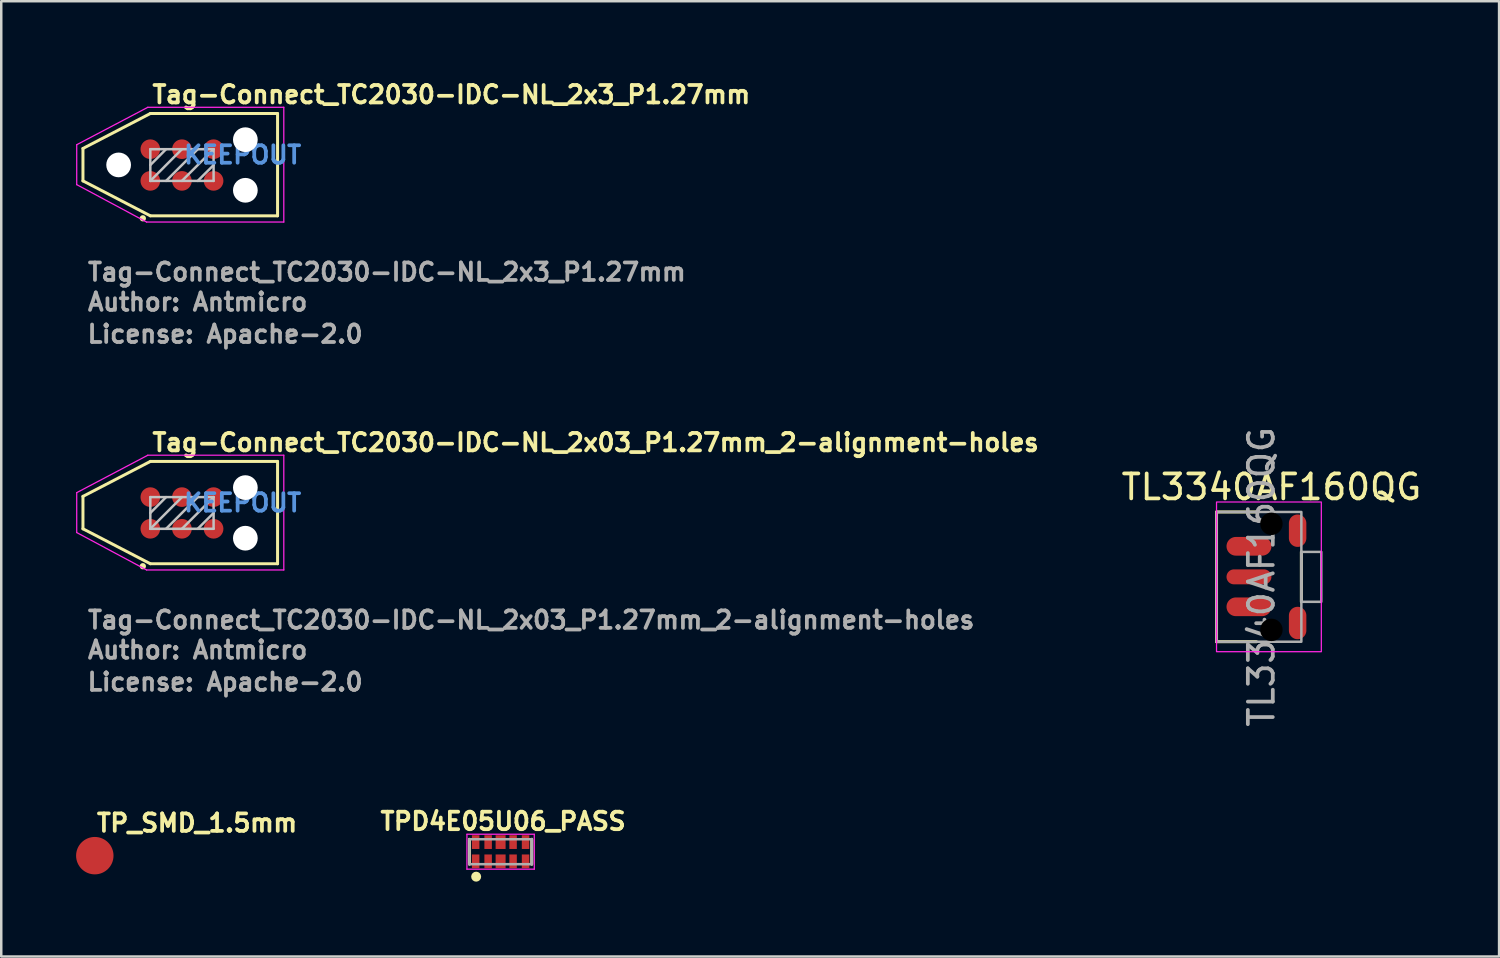
<source format=kicad_pcb>
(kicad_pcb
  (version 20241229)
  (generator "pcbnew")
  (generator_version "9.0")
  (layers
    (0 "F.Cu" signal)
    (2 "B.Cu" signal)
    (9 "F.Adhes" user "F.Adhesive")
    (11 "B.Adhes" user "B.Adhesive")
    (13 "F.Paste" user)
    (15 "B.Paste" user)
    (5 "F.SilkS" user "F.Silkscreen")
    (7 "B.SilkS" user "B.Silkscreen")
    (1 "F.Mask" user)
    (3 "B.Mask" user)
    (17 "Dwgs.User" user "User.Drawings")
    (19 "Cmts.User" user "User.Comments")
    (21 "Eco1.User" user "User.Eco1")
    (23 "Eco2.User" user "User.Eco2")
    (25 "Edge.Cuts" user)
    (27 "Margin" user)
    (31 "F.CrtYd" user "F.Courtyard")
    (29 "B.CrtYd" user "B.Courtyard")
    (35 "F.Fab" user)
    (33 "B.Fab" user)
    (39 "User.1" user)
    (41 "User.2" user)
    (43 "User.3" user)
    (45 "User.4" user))
  (footprint "Tag-Connect_TC2030-IDC-NL_2x3_P1.27mm"
    (layer "F.Cu")
    (at 2.975 4.2)
    (property "Reference" "Tag-Connect_TC2030-IDC-NL_2x3_P1.27mm" (at 0 -3.05 0) (layer "F.SilkS") (effects (font (size 0.7 0.7) (thickness 0.15)) (justify left bottom)))
    (attr exclude_from_bom)
    (fp_line (start -2.7 -1.3) (end 0 -2.7) (stroke (width 0.12) (type solid)) (layer "F.SilkS"))
    (fp_line (start -2.7 0) (end -2.7 -1.3) (stroke (width 0.12) (type solid)) (layer "F.SilkS"))
    (fp_line (start 0 -2.7) (end 5.1 -2.7) (stroke (width 0.12) (type solid)) (layer "F.SilkS"))
    (fp_line (start 0 1.4) (end -2.7 0) (stroke (width 0.12) (type solid)) (layer "F.SilkS"))
    (fp_line (start 5.1 -2.7) (end 5.1 1.4) (stroke (width 0.12) (type solid)) (layer "F.SilkS"))
    (fp_line (start 5.1 1.4) (end 0 1.4) (stroke (width 0.12) (type solid)) (layer "F.SilkS"))
    (fp_circle (center -0.3 1.5) (end -0.249 1.5) (stroke (width 0.15) (type solid)) (fill yes) (layer "F.SilkS"))
    (fp_line (start 0 -1.27) (end 2.536 -1.27) (stroke (width 0.1) (type solid)) (layer "Dwgs.User"))
    (fp_line (start 0 -0.634) (end 0.631 -1.27) (stroke (width 0.1) (type solid)) (layer "Dwgs.User"))
    (fp_line (start 0 0) (end 0 -1.27) (stroke (width 0.1) (type solid)) (layer "Dwgs.User"))
    (fp_line (start 0 0) (end 1.267 -1.27) (stroke (width 0.1) (type solid)) (layer "Dwgs.User"))
    (fp_line (start 0.631 0) (end 1.9 -1.27) (stroke (width 0.1) (type solid)) (layer "Dwgs.User"))
    (fp_line (start 1.267 0) (end 2.536 -1.27) (stroke (width 0.1) (type solid)) (layer "Dwgs.User"))
    (fp_line (start 1.9 0) (end 2.536 -0.634) (stroke (width 0.1) (type solid)) (layer "Dwgs.User"))
    (fp_line (start 2.536 -1.27) (end 2.536 0) (stroke (width 0.1) (type solid)) (layer "Dwgs.User"))
    (fp_line (start 2.536 0) (end 0 0) (stroke (width 0.1) (type solid)) (layer "Dwgs.User"))
    (fp_line (start -2.95 0.15) (end -2.95 -1.45) (stroke (width 0.05) (type solid)) (layer "F.CrtYd"))
    (fp_line (start -2.95 0.15) (end -0.15 1.65) (stroke (width 0.05) (type solid)) (layer "F.CrtYd"))
    (fp_line (start -0.1 -2.95) (end -2.95 -1.45) (stroke (width 0.05) (type solid)) (layer "F.CrtYd"))
    (fp_line (start -0.1 -2.95) (end 5.35 -2.95) (stroke (width 0.05) (type solid)) (layer "F.CrtYd"))
    (fp_line (start 5.35 -2.95) (end 5.35 1.65) (stroke (width 0.05) (type solid)) (layer "F.CrtYd"))
    (fp_line (start 5.35 1.65) (end -0.15 1.65) (stroke (width 0.05) (type solid)) (layer "F.CrtYd"))
    (fp_text user "KEEPOUT" (at 1.267 -0.634 0) (layer "Cmts.User") (effects (font (size 0.7 0.7) (thickness 0.15)) (justify left bottom)))
    (fp_text user "${REFERENCE}" (at -2.584 4.063 0) (layer "F.Fab") (effects (font (size 0.7 0.7) (thickness 0.15)) (justify left bottom)))
    (fp_text user "Author: Antmicro" (at -2.584 5.264 0) (layer "F.Fab") (effects (font (size 0.7 0.7) (thickness 0.15)) (justify left bottom)))
    (fp_text user "License: Apache-2.0" (at -2.6 6.55 0) (layer "F.Fab") (effects (font (size 0.7 0.7) (thickness 0.15)) (justify left bottom)))
    (pad "" np_thru_hole circle (at -1.27 -0.64) (size 0.991 0.991) (drill 0.991) (layers "*.Cu" "*.Mask"))
    (pad "" np_thru_hole circle (at 3.809 -1.651) (size 0.991 0.991) (drill 0.991) (layers "*.Cu" "*.Mask"))
    (pad "" np_thru_hole circle (at 3.809 0.377) (size 0.991 0.991) (drill 0.991) (layers "*.Cu" "*.Mask"))
    (pad "1" connect circle (at 0 0) (size 0.787 0.787) (layers "F.Cu" "F.Mask"))
    (pad "2" connect circle (at 0 -1.27) (size 0.787 0.787) (layers "F.Cu" "F.Mask"))
    (pad "3" connect circle (at 1.267 0) (size 0.787 0.787) (layers "F.Cu" "F.Mask"))
    (pad "4" connect circle (at 1.267 -1.27) (size 0.787 0.787) (layers "F.Cu" "F.Mask"))
    (pad "5" connect circle (at 2.536 0) (size 0.787 0.787) (layers "F.Cu" "F.Mask"))
    (pad "6" connect circle (at 2.536 -1.27) (size 0.787 0.787) (layers "F.Cu" "F.Mask")))
  (footprint "Tag-Connect_TC2030-IDC-NL_2x03_P1.27mm_2-alignment-holes"
    (layer "F.Cu")
    (at 2.975 18.145)
    (property "Reference" "Tag-Connect_TC2030-IDC-NL_2x03_P1.27mm_2-alignment-holes" (at 0 -3.05 0) (layer "F.SilkS") (effects (font (size 0.7 0.7) (thickness 0.15)) (justify left bottom)))
    (fp_line (start -2.7 -1.3) (end 0 -2.7) (stroke (width 0.12) (type solid)) (layer "F.SilkS"))
    (fp_line (start -2.7 0) (end -2.7 -1.3) (stroke (width 0.12) (type solid)) (layer "F.SilkS"))
    (fp_line (start 0 -2.7) (end 5.1 -2.7) (stroke (width 0.12) (type solid)) (layer "F.SilkS"))
    (fp_line (start 0 1.4) (end -2.7 0) (stroke (width 0.12) (type solid)) (layer "F.SilkS"))
    (fp_line (start 5.1 -2.7) (end 5.1 1.4) (stroke (width 0.12) (type solid)) (layer "F.SilkS"))
    (fp_line (start 5.1 1.4) (end 0 1.4) (stroke (width 0.12) (type solid)) (layer "F.SilkS"))
    (fp_circle (center -0.3 1.5) (end -0.249 1.5) (stroke (width 0.15) (type solid)) (fill yes) (layer "F.SilkS"))
    (fp_line (start 0 -1.27) (end 2.536 -1.27) (stroke (width 0.1) (type solid)) (layer "Dwgs.User"))
    (fp_line (start 0 -0.634) (end 0.631 -1.27) (stroke (width 0.1) (type solid)) (layer "Dwgs.User"))
    (fp_line (start 0 0) (end 0 -1.27) (stroke (width 0.1) (type solid)) (layer "Dwgs.User"))
    (fp_line (start 0 0) (end 1.267 -1.27) (stroke (width 0.1) (type solid)) (layer "Dwgs.User"))
    (fp_line (start 0.631 0) (end 1.9 -1.27) (stroke (width 0.1) (type solid)) (layer "Dwgs.User"))
    (fp_line (start 1.267 0) (end 2.536 -1.27) (stroke (width 0.1) (type solid)) (layer "Dwgs.User"))
    (fp_line (start 1.9 0) (end 2.536 -0.634) (stroke (width 0.1) (type solid)) (layer "Dwgs.User"))
    (fp_line (start 2.536 -1.27) (end 2.536 0) (stroke (width 0.1) (type solid)) (layer "Dwgs.User"))
    (fp_line (start 2.536 0) (end 0 0) (stroke (width 0.1) (type solid)) (layer "Dwgs.User"))
    (fp_line (start -2.95 0.15) (end -2.95 -1.45) (stroke (width 0.05) (type solid)) (layer "F.CrtYd"))
    (fp_line (start -2.95 0.15) (end -0.15 1.65) (stroke (width 0.05) (type solid)) (layer "F.CrtYd"))
    (fp_line (start -0.1 -2.95) (end -2.95 -1.45) (stroke (width 0.05) (type solid)) (layer "F.CrtYd"))
    (fp_line (start -0.1 -2.95) (end 5.35 -2.95) (stroke (width 0.05) (type solid)) (layer "F.CrtYd"))
    (fp_line (start 5.35 -2.95) (end 5.35 1.65) (stroke (width 0.05) (type solid)) (layer "F.CrtYd"))
    (fp_line (start 5.35 1.65) (end -0.15 1.65) (stroke (width 0.05) (type solid)) (layer "F.CrtYd"))
    (fp_text user "KEEPOUT" (at 1.267 -0.634 0) (layer "Cmts.User") (effects (font (size 0.7 0.7) (thickness 0.15)) (justify left bottom)))
    (fp_text user "${REFERENCE}" (at -2.584 4.063 0) (layer "F.Fab") (effects (font (size 0.7 0.7) (thickness 0.15)) (justify left bottom)))
    (fp_text user "Author: Antmicro" (at -2.584 5.264 0) (layer "F.Fab") (effects (font (size 0.7 0.7) (thickness 0.15)) (justify left bottom)))
    (fp_text user "License: Apache-2.0" (at -2.6 6.55 0) (layer "F.Fab") (effects (font (size 0.7 0.7) (thickness 0.15)) (justify left bottom)))
    (pad "" np_thru_hole circle (at 3.809 -1.651) (size 0.991 0.991) (drill 0.991) (layers "*.Cu" "*.Mask"))
    (pad "" np_thru_hole circle (at 3.809 0.377) (size 0.991 0.991) (drill 0.991) (layers "*.Cu" "*.Mask"))
    (pad "1" connect circle (at 0 0) (size 0.787 0.787) (layers "F.Cu" "F.Mask"))
    (pad "2" connect circle (at 0 -1.27) (size 0.787 0.787) (layers "F.Cu" "F.Mask"))
    (pad "3" connect circle (at 1.267 0) (size 0.787 0.787) (layers "F.Cu" "F.Mask"))
    (pad "4" connect circle (at 1.267 -1.27) (size 0.787 0.787) (layers "F.Cu" "F.Mask"))
    (pad "5" connect circle (at 2.536 0) (size 0.787 0.787) (layers "F.Cu" "F.Mask"))
    (pad "6" connect circle (at 2.536 -1.27) (size 0.787 0.787) (layers "F.Cu" "F.Mask")))
  (footprint "TP_SMD_1.5mm"
    (layer "F.Cu")
    (at 0.75 31.246)
    (property "Reference" "TP_SMD_1.5mm" (at 0 -0.9 0) (layer "F.SilkS") (effects (font (size 0.7 0.7) (thickness 0.15)) (justify left bottom)))
    (attr exclude_from_pos_files exclude_from_bom)
    (pad "1" smd circle (at 0 0 270) (size 1.5 1.5) (layers "F.Cu" "F.Mask")))
  (footprint "TPD4E05U06_PASS"
    (layer "F.Cu")
    (at 17.015 31.088)
    (property "Reference" "TPD4E05U06_PASS" (at 0.1 -1.22 180) (layer "F.SilkS") (effects (font (size 0.7 0.7) (thickness 0.15))))
    (attr smd)
    (fp_line (start -1.25 -0.5) (end -1.25 0.5) (stroke (width 0.12) (type solid)) (layer "F.SilkS"))
    (fp_line (start 1.25 -0.5) (end 1.25 0.5) (stroke (width 0.12) (type solid)) (layer "F.SilkS"))
    (fp_circle (center -0.98 1) (end -0.88 1) (stroke (width 0.2) (type solid)) (fill no) (layer "F.SilkS"))
    (fp_line (start -1.35 -0.7) (end -1.35 0.7) (stroke (width 0.05) (type solid)) (layer "F.CrtYd"))
    (fp_line (start -1.35 -0.7) (end 1.35 -0.7) (stroke (width 0.05) (type solid)) (layer "F.CrtYd"))
    (fp_line (start -1.35 0.7) (end 1.35 0.7) (stroke (width 0.05) (type solid)) (layer "F.CrtYd"))
    (fp_line (start 1.35 -0.7) (end 1.35 0.7) (stroke (width 0.05) (type solid)) (layer "F.CrtYd"))
    (fp_line (start -1.25 -0.5) (end -1.25 0.5) (stroke (width 0.1) (type solid)) (layer "F.Fab"))
    (fp_line (start -1.25 -0.5) (end 1.25 -0.5) (stroke (width 0.1) (type solid)) (layer "F.Fab"))
    (fp_line (start -1.25 0.5) (end 1.25 0.5) (stroke (width 0.1) (type solid)) (layer "F.Fab"))
    (fp_line (start 1.25 -0.5) (end 1.25 0.5) (stroke (width 0.1) (type solid)) (layer "F.Fab"))
    (pad "1" smd rect (at -1 -0.385) (size 0.3 0.55) (layers "F.Cu" "F.Mask" "F.Paste"))
    (pad "1" smd rect (at -1 0.385) (size 0.3 0.55) (layers "F.Cu" "F.Mask" "F.Paste"))
    (pad "2" smd rect (at -0.5 -0.385) (size 0.3 0.55) (layers "F.Cu" "F.Mask" "F.Paste"))
    (pad "2" smd rect (at -0.5 0.385) (size 0.3 0.55) (layers "F.Cu" "F.Mask" "F.Paste"))
    (pad "3" smd rect (at 0 0.385) (size 0.4 0.55) (layers "F.Cu" "F.Mask" "F.Paste"))
    (pad "4" smd rect (at 0.5 -0.385) (size 0.3 0.55) (layers "F.Cu" "F.Mask" "F.Paste"))
    (pad "4" smd rect (at 0.5 0.385) (size 0.3 0.55) (layers "F.Cu" "F.Mask" "F.Paste"))
    (pad "5" smd rect (at 1 -0.385) (size 0.3 0.55) (layers "F.Cu" "F.Mask" "F.Paste"))
    (pad "5" smd rect (at 1 0.385) (size 0.3 0.55) (layers "F.Cu" "F.Mask" "F.Paste"))
    (pad "8" smd rect (at 0 -0.385) (size 0.4 0.55) (layers "F.Cu" "F.Mask" "F.Paste")))
  (footprint "TL3340AF160QG"
    (layer "F.Cu")
    (at 47.91 20.071)
    (property "Reference" "TL3340AF160QG" (at 0 -3.6 0) (layer "F.SilkS") (effects (font (size 1 1) (thickness 0.15))))
    (attr smd)
    (fp_line (start -2.2 -2.6) (end -2.2 2.6) (stroke (width 0.12) (type solid)) (layer "F.SilkS"))
    (fp_line (start -2.2 2.6) (end -0.6 2.6) (stroke (width 0.12) (type solid)) (layer "F.SilkS"))
    (fp_line (start -0.6 -2.6) (end -2.2 -2.6) (stroke (width 0.12) (type solid)) (layer "F.SilkS"))
    (fp_line (start 1.2 1) (end 1.2 -1) (stroke (width 0.12) (type solid)) (layer "F.SilkS"))
    (fp_rect (start 2 -3) (end -2.2 3) (stroke (width 0.05) (type solid)) (fill no) (layer "F.CrtYd"))
    (fp_rect (start 1.2 -1) (end 2 1) (stroke (width 0.1) (type solid)) (fill no) (layer "F.Fab"))
    (fp_rect (start 1.2 2.6) (end -2.2 -2.6) (stroke (width 0.1) (type solid)) (fill no) (layer "F.Fab"))
    (fp_text user "${REFERENCE}" (at -0.4 0 90) (layer "F.Fab") (effects (font (size 1 1) (thickness 0.15))))
    (pad "" np_thru_hole circle (at 0 -2.125 270) (size 0.9 0.9) (drill 0.9) (layers "*.Mask"))
    (pad "" np_thru_hole circle (at 0 2.125 270) (size 0.9 0.9) (drill 0.9) (layers "*.Mask"))
    (pad "1" smd oval (at -0.9 1.2 270) (size 0.75 1.8) (layers "F.Cu" "F.Mask" "F.Paste"))
    (pad "2" smd oval (at -0.9 0 270) (size 0.6 1.8) (layers "F.Cu" "F.Mask" "F.Paste"))
    (pad "3" smd oval (at -0.9 -1.225 270) (size 0.75 1.8) (layers "F.Cu" "F.Mask" "F.Paste"))
    (pad "SH" smd oval (at 1.05 -1.85 270) (size 1.3 0.7) (layers "F.Cu" "F.Mask" "F.Paste"))
    (pad "SH" smd oval (at 1.05 1.85 270) (size 1.3 0.7) (layers "F.Cu" "F.Mask" "F.Paste")))
  (gr_rect
    (start -3 -3)
    (end 57.035 35.288)
    (stroke (width 0.1) (type default))
    (fill no)
    (layer "Edge.Cuts")))
</source>
